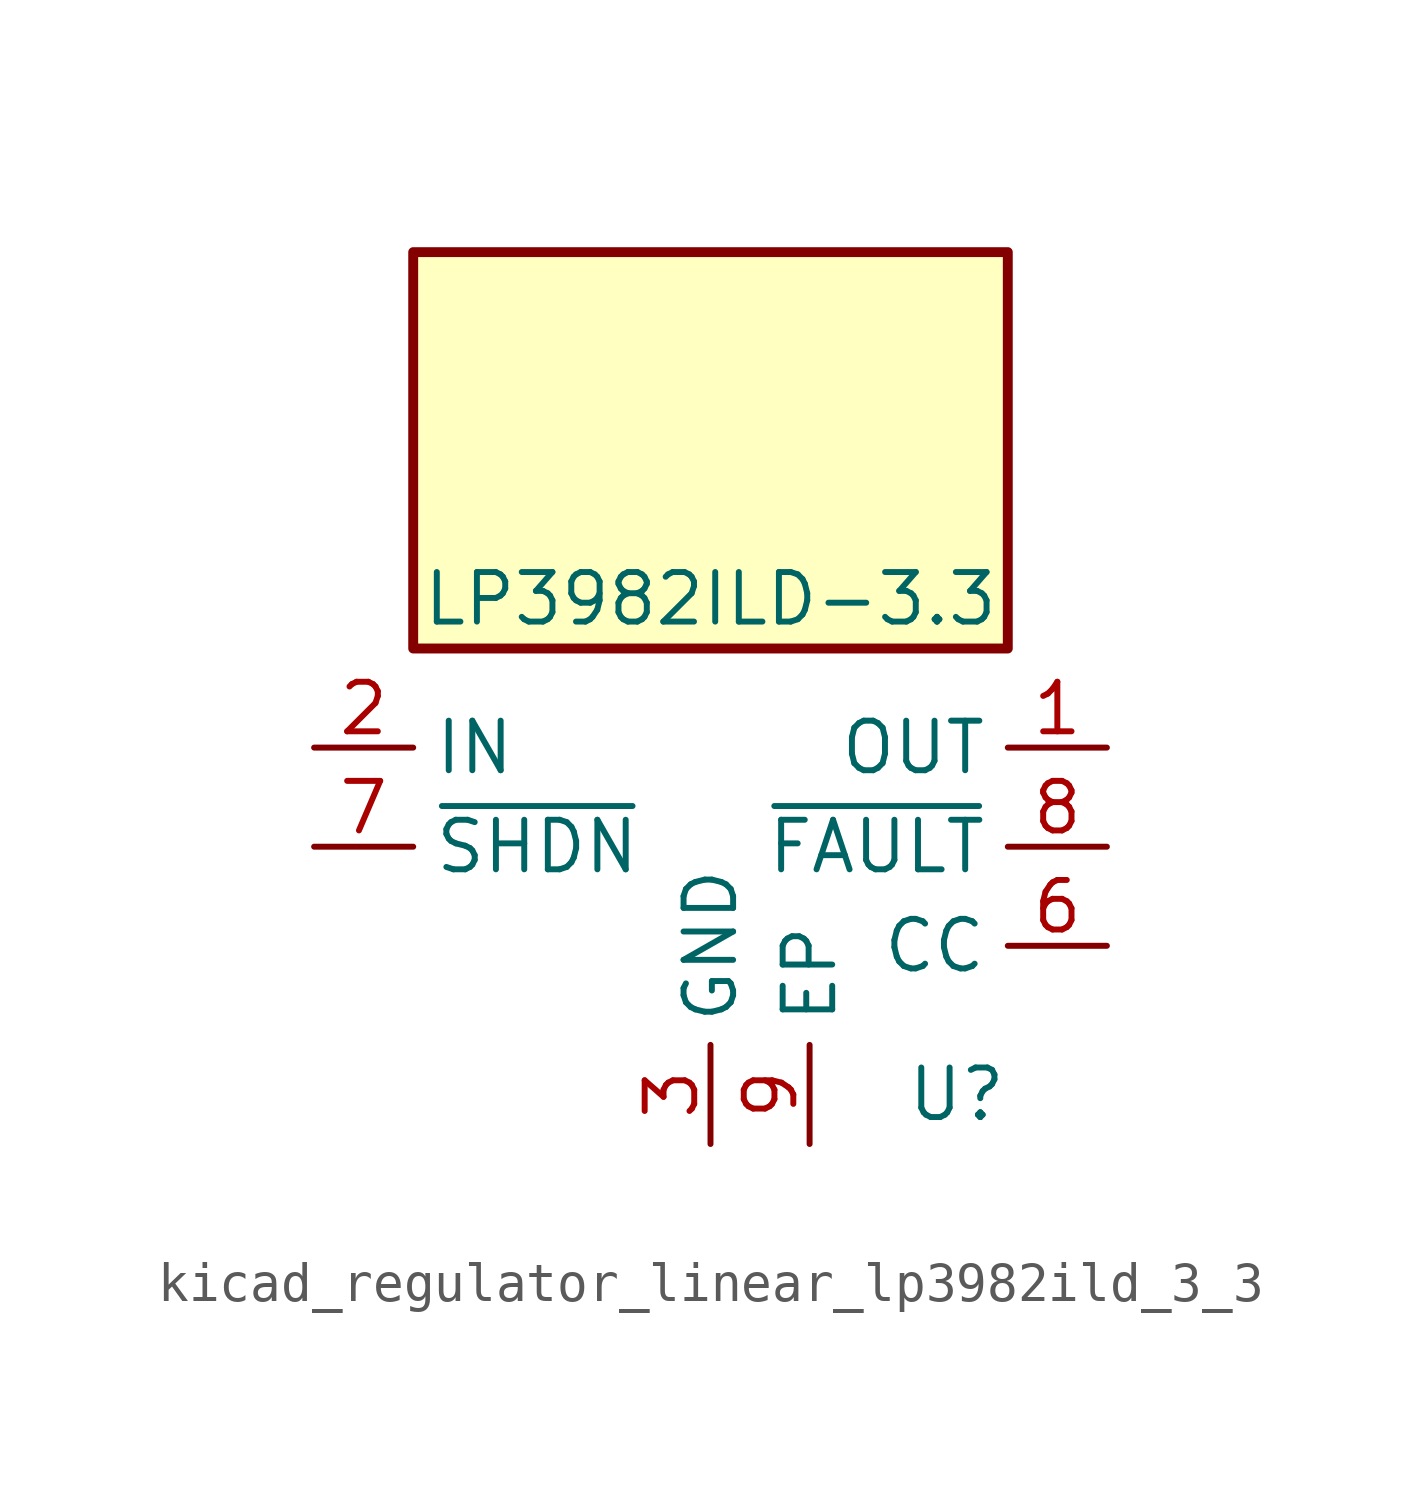
<source format=kicad_sym>
(kicad_symbol_lib
  (version 20220914)
  (generator kicad_symbol_editor)
  (symbol "kicad_regulator_linear_lp3982ild_3_3"
    (property "Reference" "U"
      (at 7.62 -6.35 0)
      (effects (font (size 1.27 1.27)) (justify right)))
    (property "Value" "LP3982ILD-3.3"
      (at 0 6.35 0)
      (effects (font (size 1.27 1.27))))
    (symbol "kicad_regulator_linear_lp3982ild_3_3_0_1"
      (rectangle (start 7.62 15.24) (end -7.62 5.08) (stroke (width 0.254) (type default)) (fill (type background))))
    (symbol "kicad_regulator_linear_lp3982ild_3_3_1_1"
      (pin power_out line (at 10.16 2.54 180) (length 2.54) (name "OUT" (effects (font (size 1.27 1.27)))) (number "1" (effects (font (size 1.27 1.27)))))
      (pin power_in line (at -10.16 2.54 0) (length 2.54) (name "IN" (effects (font (size 1.27 1.27)))) (number "2" (effects (font (size 1.27 1.27)))))
      (pin power_in line (at 0 -7.62 90) (length 2.54) (name "GND" (effects (font (size 1.27 1.27)))) (number "3" (effects (font (size 1.27 1.27)))))
      (pin passive line (at 10.16 2.54 180) (length 2.54) hide (name "OUT" (effects (font (size 1.27 1.27)))) (number "4" (effects (font (size 1.27 1.27)))))
      (pin no_connect line (at -7.62 -2.54 0) (length 2.54) hide (name "NC" (effects (font (size 1.27 1.27)))) (number "5" (effects (font (size 1.27 1.27)))))
      (pin passive line (at 10.16 -2.54 180) (length 2.54) (name "CC" (effects (font (size 1.27 1.27)))) (number "6" (effects (font (size 1.27 1.27)))))
      (pin input line (at -10.16 0 0) (length 2.54) (name "~{SHDN}" (effects (font (size 1.27 1.27)))) (number "7" (effects (font (size 1.27 1.27)))))
      (pin open_collector line (at 10.16 0 180) (length 2.54) (name "~{FAULT}" (effects (font (size 1.27 1.27)))) (number "8" (effects (font (size 1.27 1.27)))))
      (pin passive line (at 2.54 -7.62 90) (length 2.54) (name "EP" (effects (font (size 1.27 1.27)))) (number "9" (effects (font (size 1.27 1.27))))))))
</source>
